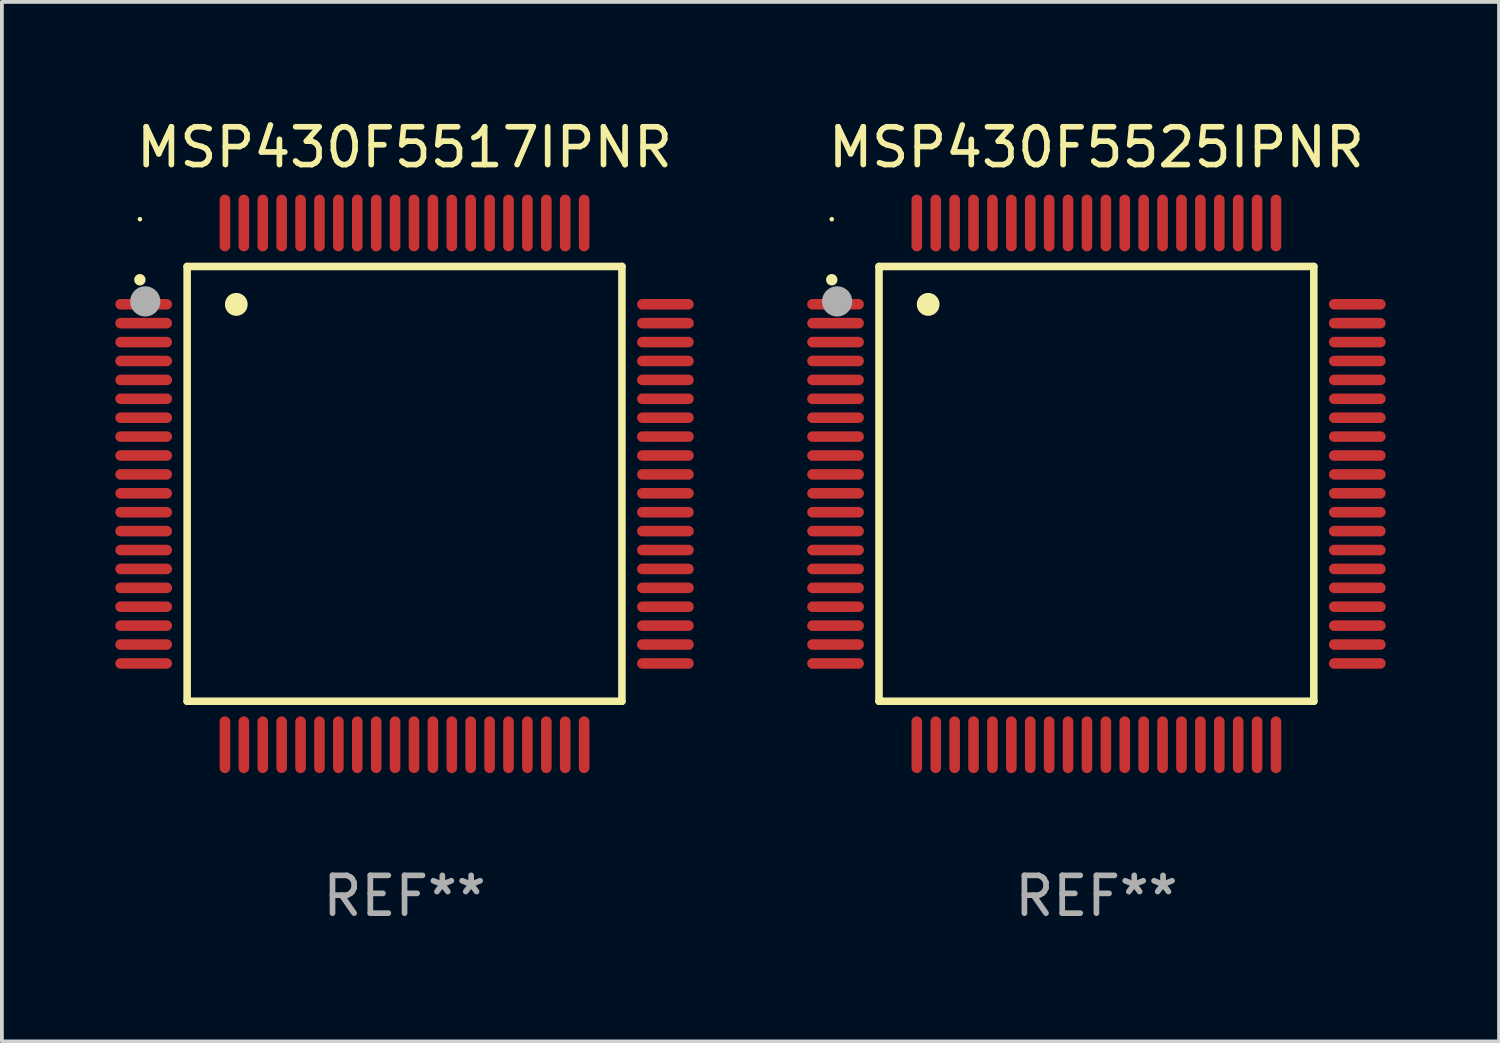
<source format=kicad_pcb>
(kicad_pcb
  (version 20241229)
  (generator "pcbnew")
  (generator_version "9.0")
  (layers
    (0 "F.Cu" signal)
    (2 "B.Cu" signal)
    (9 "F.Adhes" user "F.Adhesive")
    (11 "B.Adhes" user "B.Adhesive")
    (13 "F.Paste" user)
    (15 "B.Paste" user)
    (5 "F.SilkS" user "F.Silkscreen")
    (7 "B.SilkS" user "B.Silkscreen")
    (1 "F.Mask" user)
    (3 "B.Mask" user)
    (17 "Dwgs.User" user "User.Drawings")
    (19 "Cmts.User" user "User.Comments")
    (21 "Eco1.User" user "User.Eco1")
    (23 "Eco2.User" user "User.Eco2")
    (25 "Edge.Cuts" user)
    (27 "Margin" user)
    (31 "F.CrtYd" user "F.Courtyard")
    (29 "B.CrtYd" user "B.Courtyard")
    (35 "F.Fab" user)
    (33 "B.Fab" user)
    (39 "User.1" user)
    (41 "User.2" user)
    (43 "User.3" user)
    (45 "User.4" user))
  (footprint "MSP430F5517IPNR"
    (layer "F.Cu")
    (at 7.65 9.748)
    (property "Reference" "MSP430F5517IPNR" (at 0 -8.9 0) (layer "F.SilkS") (effects (font (size 1 1) (thickness 0.15))))
    (attr through_hole)
    (fp_line (start -5.75 -5.75) (end 5.75 -5.75) (stroke (width 0.2) (type solid)) (layer "F.SilkS"))
    (fp_line (start -5.75 5.75) (end -5.75 -5.75) (stroke (width 0.2) (type solid)) (layer "F.SilkS"))
    (fp_line (start 5.75 -5.75) (end 5.75 5.75) (stroke (width 0.2) (type solid)) (layer "F.SilkS"))
    (fp_line (start 5.75 5.75) (end -5.75 5.75) (stroke (width 0.2) (type solid)) (layer "F.SilkS"))
    (fp_arc (start -7.000229 -5.397435) (mid -7.000234 -5.398705) (end -7.000229 -5.399975) (stroke (width 0.3) (type solid)) (layer "F.SilkS"))
    (fp_arc (start -4.450064 -4.744653) (mid -4.450075 -4.747193) (end -4.450064 -4.749733) (stroke (width 0.6) (type solid)) (layer "F.SilkS"))
    (fp_circle (center -7 -7) (end -6.97 -7) (stroke (width 0.06) (type solid)) (fill no) (layer "F.SilkS"))
    (fp_circle (center -6.858 -4.826) (end -6.658 -4.826) (stroke (width 0.4) (type solid)) (fill no) (layer "F.Fab"))
    (fp_text user "REF**" (at 0 10.9 0) (layer "F.Fab") (effects (font (size 1 1) (thickness 0.15))))
    (pad "1" smd oval (at -6.9 -4.75 90) (size 0.28 1.5) (layers "F.Cu" "F.Mask" "F.Paste"))
    (pad "2" smd oval (at -6.9 -4.25 90) (size 0.28 1.5) (layers "F.Cu" "F.Mask" "F.Paste"))
    (pad "3" smd oval (at -6.9 -3.75 90) (size 0.28 1.5) (layers "F.Cu" "F.Mask" "F.Paste"))
    (pad "4" smd oval (at -6.9 -3.25 90) (size 0.28 1.5) (layers "F.Cu" "F.Mask" "F.Paste"))
    (pad "5" smd oval (at -6.9 -2.75 90) (size 0.28 1.5) (layers "F.Cu" "F.Mask" "F.Paste"))
    (pad "6" smd oval (at -6.9 -2.25 90) (size 0.28 1.5) (layers "F.Cu" "F.Mask" "F.Paste"))
    (pad "7" smd oval (at -6.9 -1.75 90) (size 0.28 1.5) (layers "F.Cu" "F.Mask" "F.Paste"))
    (pad "8" smd oval (at -6.9 -1.25 90) (size 0.28 1.5) (layers "F.Cu" "F.Mask" "F.Paste"))
    (pad "9" smd oval (at -6.9 -0.75 90) (size 0.28 1.5) (layers "F.Cu" "F.Mask" "F.Paste"))
    (pad "10" smd oval (at -6.9 -0.25 90) (size 0.28 1.5) (layers "F.Cu" "F.Mask" "F.Paste"))
    (pad "11" smd oval (at -6.9 0.25 90) (size 0.28 1.5) (layers "F.Cu" "F.Mask" "F.Paste"))
    (pad "12" smd oval (at -6.9 0.75 90) (size 0.28 1.5) (layers "F.Cu" "F.Mask" "F.Paste"))
    (pad "13" smd oval (at -6.9 1.25 90) (size 0.28 1.5) (layers "F.Cu" "F.Mask" "F.Paste"))
    (pad "14" smd oval (at -6.9 1.75 90) (size 0.28 1.5) (layers "F.Cu" "F.Mask" "F.Paste"))
    (pad "15" smd oval (at -6.9 2.25 90) (size 0.28 1.5) (layers "F.Cu" "F.Mask" "F.Paste"))
    (pad "16" smd oval (at -6.9 2.75 90) (size 0.28 1.5) (layers "F.Cu" "F.Mask" "F.Paste"))
    (pad "17" smd oval (at -6.9 3.25 90) (size 0.28 1.5) (layers "F.Cu" "F.Mask" "F.Paste"))
    (pad "18" smd oval (at -6.9 3.75 90) (size 0.28 1.5) (layers "F.Cu" "F.Mask" "F.Paste"))
    (pad "19" smd oval (at -6.9 4.25 90) (size 0.28 1.5) (layers "F.Cu" "F.Mask" "F.Paste"))
    (pad "20" smd oval (at -6.9 4.75 270) (size 0.28 1.5) (layers "F.Cu" "F.Mask" "F.Paste"))
    (pad "21" smd oval (at -4.75 6.9 180) (size 0.28 1.5) (layers "F.Cu" "F.Mask" "F.Paste"))
    (pad "22" smd oval (at -4.25 6.9) (size 0.28 1.5) (layers "F.Cu" "F.Mask" "F.Paste"))
    (pad "23" smd oval (at -3.75 6.9) (size 0.28 1.5) (layers "F.Cu" "F.Mask" "F.Paste"))
    (pad "24" smd oval (at -3.25 6.9) (size 0.28 1.5) (layers "F.Cu" "F.Mask" "F.Paste"))
    (pad "25" smd oval (at -2.75 6.9) (size 0.28 1.5) (layers "F.Cu" "F.Mask" "F.Paste"))
    (pad "26" smd oval (at -2.25 6.9) (size 0.28 1.5) (layers "F.Cu" "F.Mask" "F.Paste"))
    (pad "27" smd oval (at -1.75 6.9) (size 0.28 1.5) (layers "F.Cu" "F.Mask" "F.Paste"))
    (pad "28" smd oval (at -1.25 6.9) (size 0.28 1.5) (layers "F.Cu" "F.Mask" "F.Paste"))
    (pad "29" smd oval (at -0.75 6.9) (size 0.28 1.5) (layers "F.Cu" "F.Mask" "F.Paste"))
    (pad "30" smd oval (at -0.25 6.9) (size 0.28 1.5) (layers "F.Cu" "F.Mask" "F.Paste"))
    (pad "31" smd oval (at 0.25 6.9) (size 0.28 1.5) (layers "F.Cu" "F.Mask" "F.Paste"))
    (pad "32" smd oval (at 0.75 6.9) (size 0.28 1.5) (layers "F.Cu" "F.Mask" "F.Paste"))
    (pad "33" smd oval (at 1.25 6.9) (size 0.28 1.5) (layers "F.Cu" "F.Mask" "F.Paste"))
    (pad "34" smd oval (at 1.75 6.9) (size 0.28 1.5) (layers "F.Cu" "F.Mask" "F.Paste"))
    (pad "35" smd oval (at 2.25 6.9) (size 0.28 1.5) (layers "F.Cu" "F.Mask" "F.Paste"))
    (pad "36" smd oval (at 2.75 6.9) (size 0.28 1.5) (layers "F.Cu" "F.Mask" "F.Paste"))
    (pad "37" smd oval (at 3.25 6.9) (size 0.28 1.5) (layers "F.Cu" "F.Mask" "F.Paste"))
    (pad "38" smd oval (at 3.75 6.9) (size 0.28 1.5) (layers "F.Cu" "F.Mask" "F.Paste"))
    (pad "39" smd oval (at 4.25 6.9) (size 0.28 1.5) (layers "F.Cu" "F.Mask" "F.Paste"))
    (pad "40" smd oval (at 4.75 6.9) (size 0.28 1.5) (layers "F.Cu" "F.Mask" "F.Paste"))
    (pad "41" smd oval (at 6.9 4.75 270) (size 0.28 1.5) (layers "F.Cu" "F.Mask" "F.Paste"))
    (pad "42" smd oval (at 6.9 4.25 90) (size 0.28 1.5) (layers "F.Cu" "F.Mask" "F.Paste"))
    (pad "43" smd oval (at 6.9 3.75 90) (size 0.28 1.5) (layers "F.Cu" "F.Mask" "F.Paste"))
    (pad "44" smd oval (at 6.9 3.25 90) (size 0.28 1.5) (layers "F.Cu" "F.Mask" "F.Paste"))
    (pad "45" smd oval (at 6.9 2.75 90) (size 0.28 1.5) (layers "F.Cu" "F.Mask" "F.Paste"))
    (pad "46" smd oval (at 6.9 2.25 90) (size 0.28 1.5) (layers "F.Cu" "F.Mask" "F.Paste"))
    (pad "47" smd oval (at 6.9 1.75 90) (size 0.28 1.5) (layers "F.Cu" "F.Mask" "F.Paste"))
    (pad "48" smd oval (at 6.9 1.25 90) (size 0.28 1.5) (layers "F.Cu" "F.Mask" "F.Paste"))
    (pad "49" smd oval (at 6.9 0.75 90) (size 0.28 1.5) (layers "F.Cu" "F.Mask" "F.Paste"))
    (pad "50" smd oval (at 6.9 0.25 90) (size 0.28 1.5) (layers "F.Cu" "F.Mask" "F.Paste"))
    (pad "51" smd oval (at 6.9 -0.25 90) (size 0.28 1.5) (layers "F.Cu" "F.Mask" "F.Paste"))
    (pad "52" smd oval (at 6.9 -0.75 90) (size 0.28 1.5) (layers "F.Cu" "F.Mask" "F.Paste"))
    (pad "53" smd oval (at 6.9 -1.25 90) (size 0.28 1.5) (layers "F.Cu" "F.Mask" "F.Paste"))
    (pad "54" smd oval (at 6.9 -1.75 90) (size 0.28 1.5) (layers "F.Cu" "F.Mask" "F.Paste"))
    (pad "55" smd oval (at 6.9 -2.25 90) (size 0.28 1.5) (layers "F.Cu" "F.Mask" "F.Paste"))
    (pad "56" smd oval (at 6.9 -2.75 90) (size 0.28 1.5) (layers "F.Cu" "F.Mask" "F.Paste"))
    (pad "57" smd oval (at 6.9 -3.25 90) (size 0.28 1.5) (layers "F.Cu" "F.Mask" "F.Paste"))
    (pad "58" smd oval (at 6.9 -3.75 90) (size 0.28 1.5) (layers "F.Cu" "F.Mask" "F.Paste"))
    (pad "59" smd oval (at 6.9 -4.25 90) (size 0.28 1.5) (layers "F.Cu" "F.Mask" "F.Paste"))
    (pad "60" smd oval (at 6.9 -4.75 90) (size 0.28 1.5) (layers "F.Cu" "F.Mask" "F.Paste"))
    (pad "61" smd oval (at 4.75 -6.9) (size 0.28 1.5) (layers "F.Cu" "F.Mask" "F.Paste"))
    (pad "62" smd oval (at 4.25 -6.9) (size 0.28 1.5) (layers "F.Cu" "F.Mask" "F.Paste"))
    (pad "63" smd oval (at 3.75 -6.9) (size 0.28 1.5) (layers "F.Cu" "F.Mask" "F.Paste"))
    (pad "64" smd oval (at 3.25 -6.9) (size 0.28 1.5) (layers "F.Cu" "F.Mask" "F.Paste"))
    (pad "65" smd oval (at 2.75 -6.9) (size 0.28 1.5) (layers "F.Cu" "F.Mask" "F.Paste"))
    (pad "66" smd oval (at 2.25 -6.9) (size 0.28 1.5) (layers "F.Cu" "F.Mask" "F.Paste"))
    (pad "67" smd oval (at 1.75 -6.9) (size 0.28 1.5) (layers "F.Cu" "F.Mask" "F.Paste"))
    (pad "68" smd oval (at 1.25 -6.9) (size 0.28 1.5) (layers "F.Cu" "F.Mask" "F.Paste"))
    (pad "69" smd oval (at 0.75 -6.9) (size 0.28 1.5) (layers "F.Cu" "F.Mask" "F.Paste"))
    (pad "70" smd oval (at 0.25 -6.9) (size 0.28 1.5) (layers "F.Cu" "F.Mask" "F.Paste"))
    (pad "71" smd oval (at -0.25 -6.9) (size 0.28 1.5) (layers "F.Cu" "F.Mask" "F.Paste"))
    (pad "72" smd oval (at -0.75 -6.9) (size 0.28 1.5) (layers "F.Cu" "F.Mask" "F.Paste"))
    (pad "73" smd oval (at -1.25 -6.9) (size 0.28 1.5) (layers "F.Cu" "F.Mask" "F.Paste"))
    (pad "74" smd oval (at -1.75 -6.9) (size 0.28 1.5) (layers "F.Cu" "F.Mask" "F.Paste"))
    (pad "75" smd oval (at -2.25 -6.9) (size 0.28 1.5) (layers "F.Cu" "F.Mask" "F.Paste"))
    (pad "76" smd oval (at -2.75 -6.9) (size 0.28 1.5) (layers "F.Cu" "F.Mask" "F.Paste"))
    (pad "77" smd oval (at -3.25 -6.9) (size 0.28 1.5) (layers "F.Cu" "F.Mask" "F.Paste"))
    (pad "78" smd oval (at -3.75 -6.9) (size 0.28 1.5) (layers "F.Cu" "F.Mask" "F.Paste"))
    (pad "79" smd oval (at -4.25 -6.9) (size 0.28 1.5) (layers "F.Cu" "F.Mask" "F.Paste"))
    (pad "80" smd oval (at -4.75 -6.9 180) (size 0.28 1.5) (layers "F.Cu" "F.Mask" "F.Paste")))
  (footprint "MSP430F5525IPNR"
    (layer "F.Cu")
    (at 25.95 9.748)
    (property "Reference" "MSP430F5525IPNR" (at 0 -8.9 0) (layer "F.SilkS") (effects (font (size 1 1) (thickness 0.15))))
    (attr through_hole)
    (fp_line (start -5.75 -5.75) (end 5.75 -5.75) (stroke (width 0.2) (type solid)) (layer "F.SilkS"))
    (fp_line (start -5.75 5.75) (end -5.75 -5.75) (stroke (width 0.2) (type solid)) (layer "F.SilkS"))
    (fp_line (start 5.75 -5.75) (end 5.75 5.75) (stroke (width 0.2) (type solid)) (layer "F.SilkS"))
    (fp_line (start 5.75 5.75) (end -5.75 5.75) (stroke (width 0.2) (type solid)) (layer "F.SilkS"))
    (fp_arc (start -7.000229 -5.397435) (mid -7.000234 -5.398705) (end -7.000229 -5.399975) (stroke (width 0.3) (type solid)) (layer "F.SilkS"))
    (fp_arc (start -4.450064 -4.744653) (mid -4.450075 -4.747193) (end -4.450064 -4.749733) (stroke (width 0.6) (type solid)) (layer "F.SilkS"))
    (fp_circle (center -7 -7) (end -6.97 -7) (stroke (width 0.06) (type solid)) (fill no) (layer "F.SilkS"))
    (fp_circle (center -6.858 -4.826) (end -6.658 -4.826) (stroke (width 0.4) (type solid)) (fill no) (layer "F.Fab"))
    (fp_text user "REF**" (at 0 10.9 0) (layer "F.Fab") (effects (font (size 1 1) (thickness 0.15))))
    (pad "1" smd oval (at -6.9 -4.75 90) (size 0.28 1.5) (layers "F.Cu" "F.Mask" "F.Paste"))
    (pad "2" smd oval (at -6.9 -4.25 90) (size 0.28 1.5) (layers "F.Cu" "F.Mask" "F.Paste"))
    (pad "3" smd oval (at -6.9 -3.75 90) (size 0.28 1.5) (layers "F.Cu" "F.Mask" "F.Paste"))
    (pad "4" smd oval (at -6.9 -3.25 90) (size 0.28 1.5) (layers "F.Cu" "F.Mask" "F.Paste"))
    (pad "5" smd oval (at -6.9 -2.75 90) (size 0.28 1.5) (layers "F.Cu" "F.Mask" "F.Paste"))
    (pad "6" smd oval (at -6.9 -2.25 90) (size 0.28 1.5) (layers "F.Cu" "F.Mask" "F.Paste"))
    (pad "7" smd oval (at -6.9 -1.75 90) (size 0.28 1.5) (layers "F.Cu" "F.Mask" "F.Paste"))
    (pad "8" smd oval (at -6.9 -1.25 90) (size 0.28 1.5) (layers "F.Cu" "F.Mask" "F.Paste"))
    (pad "9" smd oval (at -6.9 -0.75 90) (size 0.28 1.5) (layers "F.Cu" "F.Mask" "F.Paste"))
    (pad "10" smd oval (at -6.9 -0.25 90) (size 0.28 1.5) (layers "F.Cu" "F.Mask" "F.Paste"))
    (pad "11" smd oval (at -6.9 0.25 90) (size 0.28 1.5) (layers "F.Cu" "F.Mask" "F.Paste"))
    (pad "12" smd oval (at -6.9 0.75 90) (size 0.28 1.5) (layers "F.Cu" "F.Mask" "F.Paste"))
    (pad "13" smd oval (at -6.9 1.25 90) (size 0.28 1.5) (layers "F.Cu" "F.Mask" "F.Paste"))
    (pad "14" smd oval (at -6.9 1.75 90) (size 0.28 1.5) (layers "F.Cu" "F.Mask" "F.Paste"))
    (pad "15" smd oval (at -6.9 2.25 90) (size 0.28 1.5) (layers "F.Cu" "F.Mask" "F.Paste"))
    (pad "16" smd oval (at -6.9 2.75 90) (size 0.28 1.5) (layers "F.Cu" "F.Mask" "F.Paste"))
    (pad "17" smd oval (at -6.9 3.25 90) (size 0.28 1.5) (layers "F.Cu" "F.Mask" "F.Paste"))
    (pad "18" smd oval (at -6.9 3.75 90) (size 0.28 1.5) (layers "F.Cu" "F.Mask" "F.Paste"))
    (pad "19" smd oval (at -6.9 4.25 90) (size 0.28 1.5) (layers "F.Cu" "F.Mask" "F.Paste"))
    (pad "20" smd oval (at -6.9 4.75 270) (size 0.28 1.5) (layers "F.Cu" "F.Mask" "F.Paste"))
    (pad "21" smd oval (at -4.75 6.9 180) (size 0.28 1.5) (layers "F.Cu" "F.Mask" "F.Paste"))
    (pad "22" smd oval (at -4.25 6.9) (size 0.28 1.5) (layers "F.Cu" "F.Mask" "F.Paste"))
    (pad "23" smd oval (at -3.75 6.9) (size 0.28 1.5) (layers "F.Cu" "F.Mask" "F.Paste"))
    (pad "24" smd oval (at -3.25 6.9) (size 0.28 1.5) (layers "F.Cu" "F.Mask" "F.Paste"))
    (pad "25" smd oval (at -2.75 6.9) (size 0.28 1.5) (layers "F.Cu" "F.Mask" "F.Paste"))
    (pad "26" smd oval (at -2.25 6.9) (size 0.28 1.5) (layers "F.Cu" "F.Mask" "F.Paste"))
    (pad "27" smd oval (at -1.75 6.9) (size 0.28 1.5) (layers "F.Cu" "F.Mask" "F.Paste"))
    (pad "28" smd oval (at -1.25 6.9) (size 0.28 1.5) (layers "F.Cu" "F.Mask" "F.Paste"))
    (pad "29" smd oval (at -0.75 6.9) (size 0.28 1.5) (layers "F.Cu" "F.Mask" "F.Paste"))
    (pad "30" smd oval (at -0.25 6.9) (size 0.28 1.5) (layers "F.Cu" "F.Mask" "F.Paste"))
    (pad "31" smd oval (at 0.25 6.9) (size 0.28 1.5) (layers "F.Cu" "F.Mask" "F.Paste"))
    (pad "32" smd oval (at 0.75 6.9) (size 0.28 1.5) (layers "F.Cu" "F.Mask" "F.Paste"))
    (pad "33" smd oval (at 1.25 6.9) (size 0.28 1.5) (layers "F.Cu" "F.Mask" "F.Paste"))
    (pad "34" smd oval (at 1.75 6.9) (size 0.28 1.5) (layers "F.Cu" "F.Mask" "F.Paste"))
    (pad "35" smd oval (at 2.25 6.9) (size 0.28 1.5) (layers "F.Cu" "F.Mask" "F.Paste"))
    (pad "36" smd oval (at 2.75 6.9) (size 0.28 1.5) (layers "F.Cu" "F.Mask" "F.Paste"))
    (pad "37" smd oval (at 3.25 6.9) (size 0.28 1.5) (layers "F.Cu" "F.Mask" "F.Paste"))
    (pad "38" smd oval (at 3.75 6.9) (size 0.28 1.5) (layers "F.Cu" "F.Mask" "F.Paste"))
    (pad "39" smd oval (at 4.25 6.9) (size 0.28 1.5) (layers "F.Cu" "F.Mask" "F.Paste"))
    (pad "40" smd oval (at 4.75 6.9) (size 0.28 1.5) (layers "F.Cu" "F.Mask" "F.Paste"))
    (pad "41" smd oval (at 6.9 4.75 270) (size 0.28 1.5) (layers "F.Cu" "F.Mask" "F.Paste"))
    (pad "42" smd oval (at 6.9 4.25 90) (size 0.28 1.5) (layers "F.Cu" "F.Mask" "F.Paste"))
    (pad "43" smd oval (at 6.9 3.75 90) (size 0.28 1.5) (layers "F.Cu" "F.Mask" "F.Paste"))
    (pad "44" smd oval (at 6.9 3.25 90) (size 0.28 1.5) (layers "F.Cu" "F.Mask" "F.Paste"))
    (pad "45" smd oval (at 6.9 2.75 90) (size 0.28 1.5) (layers "F.Cu" "F.Mask" "F.Paste"))
    (pad "46" smd oval (at 6.9 2.25 90) (size 0.28 1.5) (layers "F.Cu" "F.Mask" "F.Paste"))
    (pad "47" smd oval (at 6.9 1.75 90) (size 0.28 1.5) (layers "F.Cu" "F.Mask" "F.Paste"))
    (pad "48" smd oval (at 6.9 1.25 90) (size 0.28 1.5) (layers "F.Cu" "F.Mask" "F.Paste"))
    (pad "49" smd oval (at 6.9 0.75 90) (size 0.28 1.5) (layers "F.Cu" "F.Mask" "F.Paste"))
    (pad "50" smd oval (at 6.9 0.25 90) (size 0.28 1.5) (layers "F.Cu" "F.Mask" "F.Paste"))
    (pad "51" smd oval (at 6.9 -0.25 90) (size 0.28 1.5) (layers "F.Cu" "F.Mask" "F.Paste"))
    (pad "52" smd oval (at 6.9 -0.75 90) (size 0.28 1.5) (layers "F.Cu" "F.Mask" "F.Paste"))
    (pad "53" smd oval (at 6.9 -1.25 90) (size 0.28 1.5) (layers "F.Cu" "F.Mask" "F.Paste"))
    (pad "54" smd oval (at 6.9 -1.75 90) (size 0.28 1.5) (layers "F.Cu" "F.Mask" "F.Paste"))
    (pad "55" smd oval (at 6.9 -2.25 90) (size 0.28 1.5) (layers "F.Cu" "F.Mask" "F.Paste"))
    (pad "56" smd oval (at 6.9 -2.75 90) (size 0.28 1.5) (layers "F.Cu" "F.Mask" "F.Paste"))
    (pad "57" smd oval (at 6.9 -3.25 90) (size 0.28 1.5) (layers "F.Cu" "F.Mask" "F.Paste"))
    (pad "58" smd oval (at 6.9 -3.75 90) (size 0.28 1.5) (layers "F.Cu" "F.Mask" "F.Paste"))
    (pad "59" smd oval (at 6.9 -4.25 90) (size 0.28 1.5) (layers "F.Cu" "F.Mask" "F.Paste"))
    (pad "60" smd oval (at 6.9 -4.75 90) (size 0.28 1.5) (layers "F.Cu" "F.Mask" "F.Paste"))
    (pad "61" smd oval (at 4.75 -6.9) (size 0.28 1.5) (layers "F.Cu" "F.Mask" "F.Paste"))
    (pad "62" smd oval (at 4.25 -6.9) (size 0.28 1.5) (layers "F.Cu" "F.Mask" "F.Paste"))
    (pad "63" smd oval (at 3.75 -6.9) (size 0.28 1.5) (layers "F.Cu" "F.Mask" "F.Paste"))
    (pad "64" smd oval (at 3.25 -6.9) (size 0.28 1.5) (layers "F.Cu" "F.Mask" "F.Paste"))
    (pad "65" smd oval (at 2.75 -6.9) (size 0.28 1.5) (layers "F.Cu" "F.Mask" "F.Paste"))
    (pad "66" smd oval (at 2.25 -6.9) (size 0.28 1.5) (layers "F.Cu" "F.Mask" "F.Paste"))
    (pad "67" smd oval (at 1.75 -6.9) (size 0.28 1.5) (layers "F.Cu" "F.Mask" "F.Paste"))
    (pad "68" smd oval (at 1.25 -6.9) (size 0.28 1.5) (layers "F.Cu" "F.Mask" "F.Paste"))
    (pad "69" smd oval (at 0.75 -6.9) (size 0.28 1.5) (layers "F.Cu" "F.Mask" "F.Paste"))
    (pad "70" smd oval (at 0.25 -6.9) (size 0.28 1.5) (layers "F.Cu" "F.Mask" "F.Paste"))
    (pad "71" smd oval (at -0.25 -6.9) (size 0.28 1.5) (layers "F.Cu" "F.Mask" "F.Paste"))
    (pad "72" smd oval (at -0.75 -6.9) (size 0.28 1.5) (layers "F.Cu" "F.Mask" "F.Paste"))
    (pad "73" smd oval (at -1.25 -6.9) (size 0.28 1.5) (layers "F.Cu" "F.Mask" "F.Paste"))
    (pad "74" smd oval (at -1.75 -6.9) (size 0.28 1.5) (layers "F.Cu" "F.Mask" "F.Paste"))
    (pad "75" smd oval (at -2.25 -6.9) (size 0.28 1.5) (layers "F.Cu" "F.Mask" "F.Paste"))
    (pad "76" smd oval (at -2.75 -6.9) (size 0.28 1.5) (layers "F.Cu" "F.Mask" "F.Paste"))
    (pad "77" smd oval (at -3.25 -6.9) (size 0.28 1.5) (layers "F.Cu" "F.Mask" "F.Paste"))
    (pad "78" smd oval (at -3.75 -6.9) (size 0.28 1.5) (layers "F.Cu" "F.Mask" "F.Paste"))
    (pad "79" smd oval (at -4.25 -6.9) (size 0.28 1.5) (layers "F.Cu" "F.Mask" "F.Paste"))
    (pad "80" smd oval (at -4.75 -6.9 180) (size 0.28 1.5) (layers "F.Cu" "F.Mask" "F.Paste")))
  (gr_rect
    (start -3 -3)
    (end 36.6 24.496)
    (stroke (width 0.1) (type default))
    (fill no)
    (layer "Edge.Cuts")))
</source>
